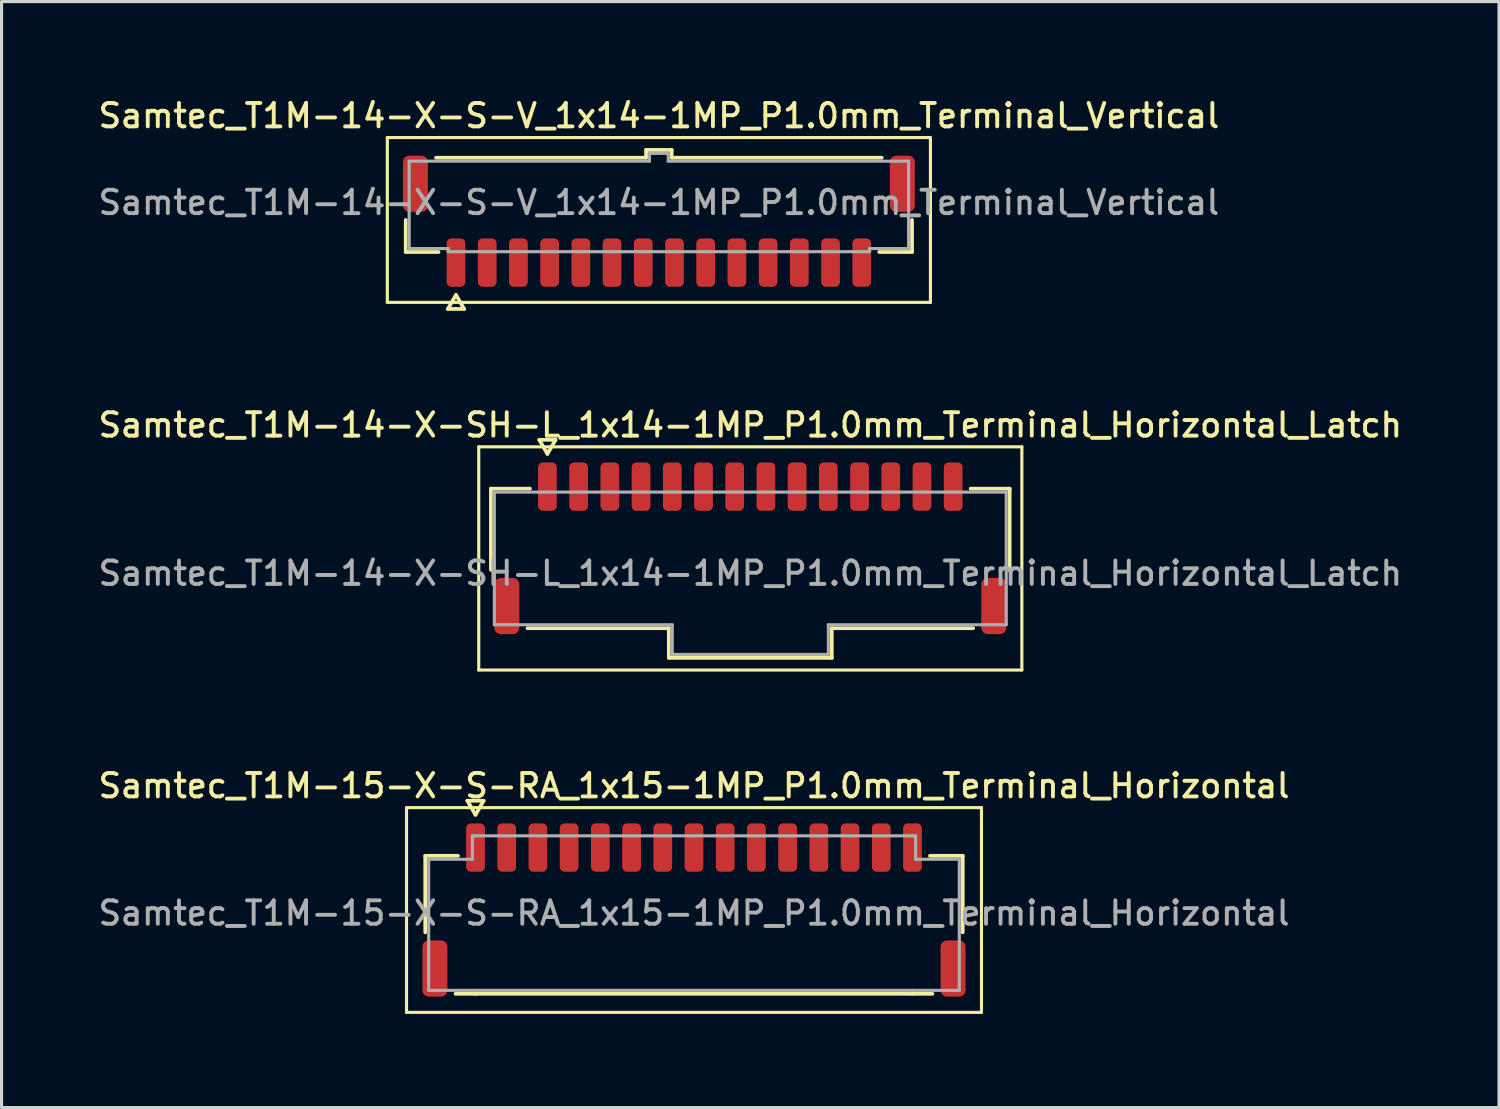
<source format=kicad_pcb>
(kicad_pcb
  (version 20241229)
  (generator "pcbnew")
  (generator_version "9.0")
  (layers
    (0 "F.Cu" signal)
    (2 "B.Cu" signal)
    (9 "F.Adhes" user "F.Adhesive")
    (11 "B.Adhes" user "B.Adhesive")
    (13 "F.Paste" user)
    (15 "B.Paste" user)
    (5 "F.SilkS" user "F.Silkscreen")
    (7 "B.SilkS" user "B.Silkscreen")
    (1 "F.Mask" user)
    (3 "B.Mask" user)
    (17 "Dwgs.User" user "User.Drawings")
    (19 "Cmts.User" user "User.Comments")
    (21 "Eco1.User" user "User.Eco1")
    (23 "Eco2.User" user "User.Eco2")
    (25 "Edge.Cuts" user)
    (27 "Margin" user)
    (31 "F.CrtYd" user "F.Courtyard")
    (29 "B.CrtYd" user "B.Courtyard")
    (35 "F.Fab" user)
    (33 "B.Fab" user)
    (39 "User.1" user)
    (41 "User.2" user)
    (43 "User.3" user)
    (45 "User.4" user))
  (footprint "Samtec_T1M-14-X-S-V_1x14-1MP_P1.0mm_Terminal_Vertical"
    (layer "F.Cu")
    (at 18.059 3.438)
    (property "Reference" "Samtec_T1M-14-X-S-V_1x14-1MP_P1.0mm_Terminal_Vertical" (at 0 -2.78 0) (layer "F.SilkS") (effects (font (size 0.75 0.75) (thickness 0.125))))
    (attr smd)
    (fp_line (start -8.7 -2.08) (end -8.7 3.2) (stroke (width 0.1) (type solid)) (layer "F.SilkS"))
    (fp_line (start -8.7 3.2) (end 8.7 3.2) (stroke (width 0.1) (type solid)) (layer "F.SilkS"))
    (fp_line (start -8.11 1.585) (end -8.11 0.56) (stroke (width 0.12) (type solid)) (layer "F.SilkS"))
    (fp_line (start -7.14 -1.435) (end -0.41 -1.435) (stroke (width 0.12) (type solid)) (layer "F.SilkS"))
    (fp_line (start -7.06 1.585) (end -8.11 1.585) (stroke (width 0.12) (type solid)) (layer "F.SilkS"))
    (fp_line (start -6.76 3.41) (end -6.5 2.96) (stroke (width 0.12) (type solid)) (layer "F.SilkS"))
    (fp_line (start -6.5 2.96) (end -6.24 3.41) (stroke (width 0.12) (type solid)) (layer "F.SilkS"))
    (fp_line (start -6.24 3.41) (end -6.76 3.41) (stroke (width 0.12) (type solid)) (layer "F.SilkS"))
    (fp_line (start -0.41 -1.685) (end 0.41 -1.685) (stroke (width 0.12) (type solid)) (layer "F.SilkS"))
    (fp_line (start -0.41 -1.435) (end -0.41 -1.685) (stroke (width 0.12) (type solid)) (layer "F.SilkS"))
    (fp_line (start 0.41 -1.685) (end 0.41 -1.435) (stroke (width 0.12) (type solid)) (layer "F.SilkS"))
    (fp_line (start 0.41 -1.435) (end 7.14 -1.435) (stroke (width 0.12) (type solid)) (layer "F.SilkS"))
    (fp_line (start 8.11 0.56) (end 8.11 1.585) (stroke (width 0.12) (type solid)) (layer "F.SilkS"))
    (fp_line (start 8.11 1.585) (end 7.06 1.585) (stroke (width 0.12) (type solid)) (layer "F.SilkS"))
    (fp_line (start 8.7 -2.08) (end -8.7 -2.08) (stroke (width 0.1) (type solid)) (layer "F.SilkS"))
    (fp_line (start 8.7 3.2) (end 8.7 -2.08) (stroke (width 0.1) (type solid)) (layer "F.SilkS"))
    (fp_line (start -8 -1.325) (end -0.3 -1.325) (stroke (width 0.1) (type solid)) (layer "F.Fab"))
    (fp_line (start -8 1.475) (end -8 -1.325) (stroke (width 0.1) (type solid)) (layer "F.Fab"))
    (fp_line (start -6.75 1.475) (end -8 1.475) (stroke (width 0.1) (type solid)) (layer "F.Fab"))
    (fp_line (start -6.75 1.575) (end -6.75 1.475) (stroke (width 0.1) (type solid)) (layer "F.Fab"))
    (fp_line (start -0.3 -1.575) (end 0.3 -1.575) (stroke (width 0.1) (type solid)) (layer "F.Fab"))
    (fp_line (start -0.3 -1.325) (end -0.3 -1.575) (stroke (width 0.1) (type solid)) (layer "F.Fab"))
    (fp_line (start 0.3 -1.575) (end 0.3 -1.325) (stroke (width 0.1) (type solid)) (layer "F.Fab"))
    (fp_line (start 0.3 -1.325) (end 8 -1.325) (stroke (width 0.1) (type solid)) (layer "F.Fab"))
    (fp_line (start 6.75 1.475) (end 6.75 1.575) (stroke (width 0.1) (type solid)) (layer "F.Fab"))
    (fp_line (start 6.75 1.575) (end -6.75 1.575) (stroke (width 0.1) (type solid)) (layer "F.Fab"))
    (fp_line (start 8 -1.325) (end 8 1.475) (stroke (width 0.1) (type solid)) (layer "F.Fab"))
    (fp_line (start 8 1.475) (end 6.75 1.475) (stroke (width 0.1) (type solid)) (layer "F.Fab"))
    (fp_text user "${REFERENCE}" (at 0 0 0) (layer "F.Fab") (effects (font (size 0.75 0.75) (thickness 0.125))))
    (pad "1" smd roundrect (at -6.5 1.925) (size 0.6 1.55) (layers "F.Cu" "F.Mask" "F.Paste") (roundrect_rratio 0.25))
    (pad "2" smd roundrect (at -5.5 1.925) (size 0.6 1.55) (layers "F.Cu" "F.Mask" "F.Paste") (roundrect_rratio 0.25))
    (pad "3" smd roundrect (at -4.5 1.925) (size 0.6 1.55) (layers "F.Cu" "F.Mask" "F.Paste") (roundrect_rratio 0.25))
    (pad "4" smd roundrect (at -3.5 1.925) (size 0.6 1.55) (layers "F.Cu" "F.Mask" "F.Paste") (roundrect_rratio 0.25))
    (pad "5" smd roundrect (at -2.5 1.925) (size 0.6 1.55) (layers "F.Cu" "F.Mask" "F.Paste") (roundrect_rratio 0.25))
    (pad "6" smd roundrect (at -1.5 1.925) (size 0.6 1.55) (layers "F.Cu" "F.Mask" "F.Paste") (roundrect_rratio 0.25))
    (pad "7" smd roundrect (at -0.5 1.925) (size 0.6 1.55) (layers "F.Cu" "F.Mask" "F.Paste") (roundrect_rratio 0.25))
    (pad "8" smd roundrect (at 0.5 1.925) (size 0.6 1.55) (layers "F.Cu" "F.Mask" "F.Paste") (roundrect_rratio 0.25))
    (pad "9" smd roundrect (at 1.5 1.925) (size 0.6 1.55) (layers "F.Cu" "F.Mask" "F.Paste") (roundrect_rratio 0.25))
    (pad "10" smd roundrect (at 2.5 1.925) (size 0.6 1.55) (layers "F.Cu" "F.Mask" "F.Paste") (roundrect_rratio 0.25))
    (pad "11" smd roundrect (at 3.5 1.925) (size 0.6 1.55) (layers "F.Cu" "F.Mask" "F.Paste") (roundrect_rratio 0.25))
    (pad "12" smd roundrect (at 4.5 1.925) (size 0.6 1.55) (layers "F.Cu" "F.Mask" "F.Paste") (roundrect_rratio 0.25))
    (pad "13" smd roundrect (at 5.5 1.925) (size 0.6 1.55) (layers "F.Cu" "F.Mask" "F.Paste") (roundrect_rratio 0.25))
    (pad "14" smd roundrect (at 6.5 1.925) (size 0.6 1.55) (layers "F.Cu" "F.Mask" "F.Paste") (roundrect_rratio 0.25))
    (pad "MP" smd roundrect (at -7.8 -0.6) (size 0.8 1.8) (layers "F.Cu" "F.Mask" "F.Paste") (roundrect_rratio 0.25))
    (pad "MP" smd roundrect (at 7.8 -0.6) (size 0.8 1.8) (layers "F.Cu" "F.Mask" "F.Paste") (roundrect_rratio 0.25)))
  (footprint "Samtec_T1M-14-X-SH-L_1x14-1MP_P1.0mm_Terminal_Horizontal_Latch"
    (layer "F.Cu")
    (at 20.988 15.316)
    (property "Reference" "Samtec_T1M-14-X-SH-L_1x14-1MP_P1.0mm_Terminal_Horizontal_Latch" (at 0 -4.75 0) (layer "F.SilkS") (effects (font (size 0.75 0.75) (thickness 0.125))))
    (attr smd)
    (fp_line (start -8.7 -4.05) (end -8.7 3.1) (stroke (width 0.1) (type solid)) (layer "F.SilkS"))
    (fp_line (start -8.7 3.1) (end 8.7 3.1) (stroke (width 0.1) (type solid)) (layer "F.SilkS"))
    (fp_line (start -8.31 -2.71) (end -7.06 -2.71) (stroke (width 0.12) (type solid)) (layer "F.SilkS"))
    (fp_line (start -8.31 -0.11) (end -8.31 -2.71) (stroke (width 0.12) (type solid)) (layer "F.SilkS"))
    (fp_line (start -6.76 -4.275) (end -6.5 -3.825) (stroke (width 0.12) (type solid)) (layer "F.SilkS"))
    (fp_line (start -6.5 -3.825) (end -6.24 -4.275) (stroke (width 0.12) (type solid)) (layer "F.SilkS"))
    (fp_line (start -6.24 -4.275) (end -6.76 -4.275) (stroke (width 0.12) (type solid)) (layer "F.SilkS"))
    (fp_line (start -2.61 1.76) (end -7.14 1.76) (stroke (width 0.12) (type solid)) (layer "F.SilkS"))
    (fp_line (start -2.61 2.71) (end -2.61 1.76) (stroke (width 0.12) (type solid)) (layer "F.SilkS"))
    (fp_line (start 2.61 1.76) (end 2.61 2.71) (stroke (width 0.12) (type solid)) (layer "F.SilkS"))
    (fp_line (start 2.61 2.71) (end -2.61 2.71) (stroke (width 0.12) (type solid)) (layer "F.SilkS"))
    (fp_line (start 7.06 -2.71) (end 8.31 -2.71) (stroke (width 0.12) (type solid)) (layer "F.SilkS"))
    (fp_line (start 7.14 1.76) (end 2.61 1.76) (stroke (width 0.12) (type solid)) (layer "F.SilkS"))
    (fp_line (start 8.31 -2.71) (end 8.31 -0.11) (stroke (width 0.12) (type solid)) (layer "F.SilkS"))
    (fp_line (start 8.7 -4.05) (end -8.7 -4.05) (stroke (width 0.1) (type solid)) (layer "F.SilkS"))
    (fp_line (start 8.7 3.1) (end 8.7 -4.05) (stroke (width 0.1) (type solid)) (layer "F.SilkS"))
    (fp_line (start -8.2 -2.6) (end 8.2 -2.6) (stroke (width 0.1) (type solid)) (layer "F.Fab"))
    (fp_line (start -8.2 1.65) (end -8.2 -2.6) (stroke (width 0.1) (type solid)) (layer "F.Fab"))
    (fp_line (start -2.5 1.65) (end -8.2 1.65) (stroke (width 0.1) (type solid)) (layer "F.Fab"))
    (fp_line (start -2.5 2.6) (end -2.5 1.65) (stroke (width 0.1) (type solid)) (layer "F.Fab"))
    (fp_line (start 2.5 1.65) (end 2.5 2.6) (stroke (width 0.1) (type solid)) (layer "F.Fab"))
    (fp_line (start 2.5 2.6) (end -2.5 2.6) (stroke (width 0.1) (type solid)) (layer "F.Fab"))
    (fp_line (start 8.2 -2.6) (end 8.2 1.65) (stroke (width 0.1) (type solid)) (layer "F.Fab"))
    (fp_line (start 8.2 1.65) (end 2.5 1.65) (stroke (width 0.1) (type solid)) (layer "F.Fab"))
    (fp_text user "${REFERENCE}" (at 0 0 0) (layer "F.Fab") (effects (font (size 0.75 0.75) (thickness 0.125))))
    (pad "1" smd roundrect (at -6.5 -2.775) (size 0.6 1.55) (layers "F.Cu" "F.Mask" "F.Paste") (roundrect_rratio 0.25))
    (pad "2" smd roundrect (at -5.5 -2.775) (size 0.6 1.55) (layers "F.Cu" "F.Mask" "F.Paste") (roundrect_rratio 0.25))
    (pad "3" smd roundrect (at -4.5 -2.775) (size 0.6 1.55) (layers "F.Cu" "F.Mask" "F.Paste") (roundrect_rratio 0.25))
    (pad "4" smd roundrect (at -3.5 -2.775) (size 0.6 1.55) (layers "F.Cu" "F.Mask" "F.Paste") (roundrect_rratio 0.25))
    (pad "5" smd roundrect (at -2.5 -2.775) (size 0.6 1.55) (layers "F.Cu" "F.Mask" "F.Paste") (roundrect_rratio 0.25))
    (pad "6" smd roundrect (at -1.5 -2.775) (size 0.6 1.55) (layers "F.Cu" "F.Mask" "F.Paste") (roundrect_rratio 0.25))
    (pad "7" smd roundrect (at -0.5 -2.775) (size 0.6 1.55) (layers "F.Cu" "F.Mask" "F.Paste") (roundrect_rratio 0.25))
    (pad "8" smd roundrect (at 0.5 -2.775) (size 0.6 1.55) (layers "F.Cu" "F.Mask" "F.Paste") (roundrect_rratio 0.25))
    (pad "9" smd roundrect (at 1.5 -2.775) (size 0.6 1.55) (layers "F.Cu" "F.Mask" "F.Paste") (roundrect_rratio 0.25))
    (pad "10" smd roundrect (at 2.5 -2.775) (size 0.6 1.55) (layers "F.Cu" "F.Mask" "F.Paste") (roundrect_rratio 0.25))
    (pad "11" smd roundrect (at 3.5 -2.775) (size 0.6 1.55) (layers "F.Cu" "F.Mask" "F.Paste") (roundrect_rratio 0.25))
    (pad "12" smd roundrect (at 4.5 -2.775) (size 0.6 1.55) (layers "F.Cu" "F.Mask" "F.Paste") (roundrect_rratio 0.25))
    (pad "13" smd roundrect (at 5.5 -2.775) (size 0.6 1.55) (layers "F.Cu" "F.Mask" "F.Paste") (roundrect_rratio 0.25))
    (pad "14" smd roundrect (at 6.5 -2.775) (size 0.6 1.55) (layers "F.Cu" "F.Mask" "F.Paste") (roundrect_rratio 0.25))
    (pad "MP" smd roundrect (at -7.8 1.05) (size 0.8 1.8) (layers "F.Cu" "F.Mask" "F.Paste") (roundrect_rratio 0.25))
    (pad "MP" smd roundrect (at 7.8 1.05) (size 0.8 1.8) (layers "F.Cu" "F.Mask" "F.Paste") (roundrect_rratio 0.25)))
  (footprint "Samtec_T1M-15-X-S-RA_1x15-1MP_P1.0mm_Terminal_Horizontal"
    (layer "F.Cu")
    (at 19.184 26.204)
    (property "Reference" "Samtec_T1M-15-X-S-RA_1x15-1MP_P1.0mm_Terminal_Horizontal" (at 0 -4.08 0) (layer "F.SilkS") (effects (font (size 0.75 0.75) (thickness 0.125))))
    (attr smd)
    (fp_line (start -9.21 -3.38) (end -9.21 3.18) (stroke (width 0.1) (type solid)) (layer "F.SilkS"))
    (fp_line (start -9.21 3.18) (end 9.21 3.18) (stroke (width 0.1) (type solid)) (layer "F.SilkS"))
    (fp_line (start -8.61 -1.835) (end -7.56 -1.835) (stroke (width 0.12) (type solid)) (layer "F.SilkS"))
    (fp_line (start -8.61 0.615) (end -8.61 -1.835) (stroke (width 0.12) (type solid)) (layer "F.SilkS"))
    (fp_line (start -7.26 -3.6) (end -7 -3.15) (stroke (width 0.12) (type solid)) (layer "F.SilkS"))
    (fp_line (start -7 -3.15) (end -6.74 -3.6) (stroke (width 0.12) (type solid)) (layer "F.SilkS"))
    (fp_line (start -7 2.585) (end -7.64 2.585) (stroke (width 0.12) (type solid)) (layer "F.SilkS"))
    (fp_line (start -6.74 -3.6) (end -7.26 -3.6) (stroke (width 0.12) (type solid)) (layer "F.SilkS"))
    (fp_line (start 7 2.585) (end -7 2.585) (stroke (width 0.12) (type solid)) (layer "F.SilkS"))
    (fp_line (start 7.56 -1.835) (end 8.61 -1.835) (stroke (width 0.12) (type solid)) (layer "F.SilkS"))
    (fp_line (start 7.64 2.585) (end 7 2.585) (stroke (width 0.12) (type solid)) (layer "F.SilkS"))
    (fp_line (start 8.61 -1.835) (end 8.61 0.615) (stroke (width 0.12) (type solid)) (layer "F.SilkS"))
    (fp_line (start 9.21 -3.38) (end -9.21 -3.38) (stroke (width 0.1) (type solid)) (layer "F.SilkS"))
    (fp_line (start 9.21 3.18) (end 9.21 -3.38) (stroke (width 0.1) (type solid)) (layer "F.SilkS"))
    (fp_line (start -8.5 -1.725) (end -7.1 -1.725) (stroke (width 0.1) (type solid)) (layer "F.Fab"))
    (fp_line (start -8.5 2.475) (end -8.5 -1.725) (stroke (width 0.1) (type solid)) (layer "F.Fab"))
    (fp_line (start -7.1 -2.475) (end -7 -2.475) (stroke (width 0.1) (type solid)) (layer "F.Fab"))
    (fp_line (start -7.1 -1.725) (end -7.1 -2.475) (stroke (width 0.1) (type solid)) (layer "F.Fab"))
    (fp_line (start -7 -2.475) (end 7 -2.475) (stroke (width 0.1) (type solid)) (layer "F.Fab"))
    (fp_line (start -7 2.475) (end -8.5 2.475) (stroke (width 0.1) (type solid)) (layer "F.Fab"))
    (fp_line (start 7 -2.475) (end 7.1 -2.475) (stroke (width 0.1) (type solid)) (layer "F.Fab"))
    (fp_line (start 7 2.475) (end -7 2.475) (stroke (width 0.1) (type solid)) (layer "F.Fab"))
    (fp_line (start 7.1 -2.475) (end 7.1 -1.725) (stroke (width 0.1) (type solid)) (layer "F.Fab"))
    (fp_line (start 7.1 -1.725) (end 8.5 -1.725) (stroke (width 0.1) (type solid)) (layer "F.Fab"))
    (fp_line (start 8.5 -1.725) (end 8.5 2.475) (stroke (width 0.1) (type solid)) (layer "F.Fab"))
    (fp_line (start 8.5 2.475) (end 7 2.475) (stroke (width 0.1) (type solid)) (layer "F.Fab"))
    (fp_text user "${REFERENCE}" (at 0 0 0) (layer "F.Fab") (effects (font (size 0.75 0.75) (thickness 0.125))))
    (pad "1" smd roundrect (at -7 -2.1) (size 0.6 1.55) (layers "F.Cu" "F.Mask" "F.Paste") (roundrect_rratio 0.25))
    (pad "2" smd roundrect (at -6 -2.1) (size 0.6 1.55) (layers "F.Cu" "F.Mask" "F.Paste") (roundrect_rratio 0.25))
    (pad "3" smd roundrect (at -5 -2.1) (size 0.6 1.55) (layers "F.Cu" "F.Mask" "F.Paste") (roundrect_rratio 0.25))
    (pad "4" smd roundrect (at -4 -2.1) (size 0.6 1.55) (layers "F.Cu" "F.Mask" "F.Paste") (roundrect_rratio 0.25))
    (pad "5" smd roundrect (at -3 -2.1) (size 0.6 1.55) (layers "F.Cu" "F.Mask" "F.Paste") (roundrect_rratio 0.25))
    (pad "6" smd roundrect (at -2 -2.1) (size 0.6 1.55) (layers "F.Cu" "F.Mask" "F.Paste") (roundrect_rratio 0.25))
    (pad "7" smd roundrect (at -1 -2.1) (size 0.6 1.55) (layers "F.Cu" "F.Mask" "F.Paste") (roundrect_rratio 0.25))
    (pad "8" smd roundrect (at 0 -2.1) (size 0.6 1.55) (layers "F.Cu" "F.Mask" "F.Paste") (roundrect_rratio 0.25))
    (pad "9" smd roundrect (at 1 -2.1) (size 0.6 1.55) (layers "F.Cu" "F.Mask" "F.Paste") (roundrect_rratio 0.25))
    (pad "10" smd roundrect (at 2 -2.1) (size 0.6 1.55) (layers "F.Cu" "F.Mask" "F.Paste") (roundrect_rratio 0.25))
    (pad "11" smd roundrect (at 3 -2.1) (size 0.6 1.55) (layers "F.Cu" "F.Mask" "F.Paste") (roundrect_rratio 0.25))
    (pad "12" smd roundrect (at 4 -2.1) (size 0.6 1.55) (layers "F.Cu" "F.Mask" "F.Paste") (roundrect_rratio 0.25))
    (pad "13" smd roundrect (at 5 -2.1) (size 0.6 1.55) (layers "F.Cu" "F.Mask" "F.Paste") (roundrect_rratio 0.25))
    (pad "14" smd roundrect (at 6 -2.1) (size 0.6 1.55) (layers "F.Cu" "F.Mask" "F.Paste") (roundrect_rratio 0.25))
    (pad "15" smd roundrect (at 7 -2.1) (size 0.6 1.55) (layers "F.Cu" "F.Mask" "F.Paste") (roundrect_rratio 0.25))
    (pad "MP" smd roundrect (at -8.3 1.775) (size 0.8 1.8) (layers "F.Cu" "F.Mask" "F.Paste") (roundrect_rratio 0.25))
    (pad "MP" smd roundrect (at 8.3 1.775) (size 0.8 1.8) (layers "F.Cu" "F.Mask" "F.Paste") (roundrect_rratio 0.25)))
  (gr_rect
    (start -3 -3)
    (end 44.975 32.434)
    (stroke (width 0.1) (type default))
    (fill no)
    (layer "Edge.Cuts")))
</source>
